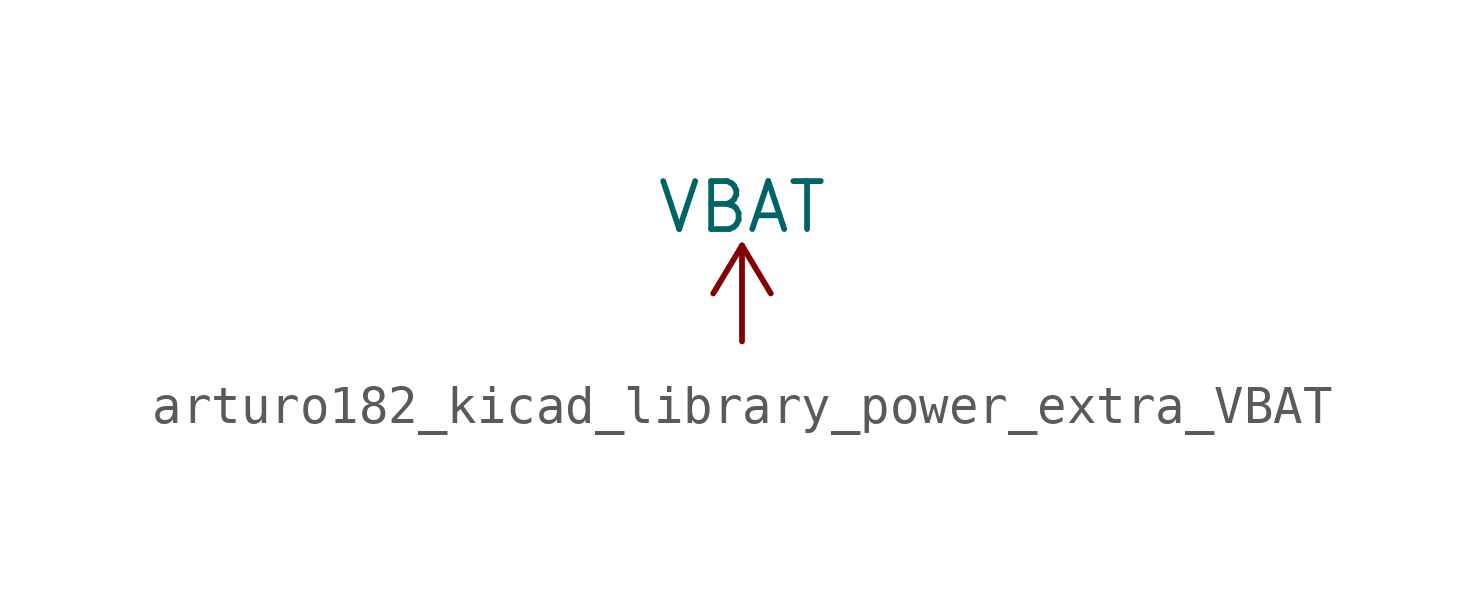
<source format=kicad_sym>
(kicad_symbol_lib
  (version 20220914)
  (generator kicad_symbol_editor)
  (symbol "power_extra:arturo182_kicad_library_power_extra_VBAT"
    (power)
    (pin_names
      (offset 0))
    (property "Reference" "#PWR"
      (at 0 -3.81 0)
      (effects (font (size 1.27 1.27)) hide))
    (property "Value" "VBAT"
      (at 0 3.556 0)
      (effects (font (size 1.27 1.27))))
    (symbol "arturo182_kicad_library_power_extra_VBAT_0_1"
      (polyline (pts (xy -0.762 1.27) (xy 0 2.54)) (stroke (width 0)) (fill (type none)))
      (polyline (pts (xy 0 0) (xy 0 2.54)) (stroke (width 0)) (fill (type none)))
      (polyline (pts (xy 0 2.54) (xy 0.762 1.27)) (stroke (width 0)) (fill (type none))))
    (symbol "arturo182_kicad_library_power_extra_VBAT_1_1"
      (pin power_in line (at 0 0 90) (length 0) hide (name "VBAT" (effects (font (size 1.27 1.27)))) (number "1" (effects (font (size 1.27 1.27))))))))
</source>
